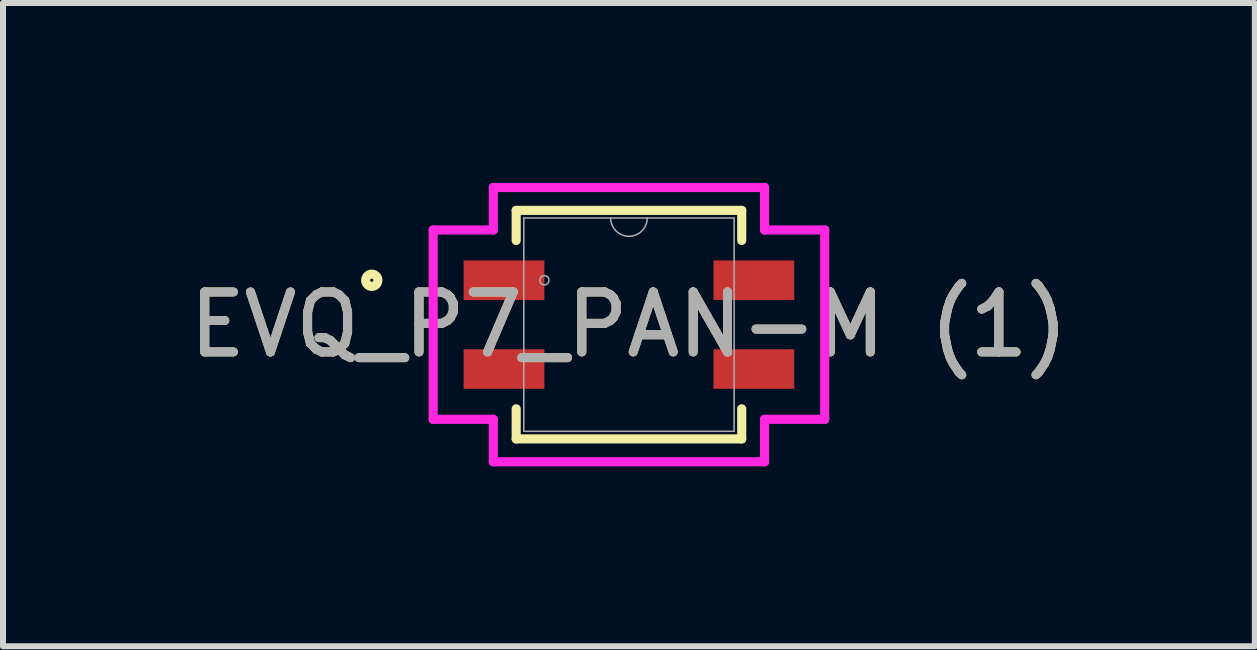
<source format=kicad_pcb>
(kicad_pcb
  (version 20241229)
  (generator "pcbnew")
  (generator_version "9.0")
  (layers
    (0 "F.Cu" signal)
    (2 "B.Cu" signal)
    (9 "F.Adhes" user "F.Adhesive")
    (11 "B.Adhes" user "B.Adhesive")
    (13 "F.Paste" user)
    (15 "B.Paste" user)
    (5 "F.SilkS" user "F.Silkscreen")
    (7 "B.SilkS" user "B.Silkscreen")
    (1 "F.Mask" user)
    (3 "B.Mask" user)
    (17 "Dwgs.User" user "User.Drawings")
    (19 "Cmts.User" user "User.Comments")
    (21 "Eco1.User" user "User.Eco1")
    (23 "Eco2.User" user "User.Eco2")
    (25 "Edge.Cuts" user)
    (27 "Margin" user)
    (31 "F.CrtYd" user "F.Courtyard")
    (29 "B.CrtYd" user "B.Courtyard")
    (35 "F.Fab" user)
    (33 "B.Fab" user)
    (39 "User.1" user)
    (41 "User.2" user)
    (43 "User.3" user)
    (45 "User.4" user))
  (footprint "EVQ_P7_PAN-M (1)"
    (layer "F.Cu")
    (at 7.435 2.362)
    (property "Reference" "EVQ_P7_PAN-M (1)" (at 0 0 0) (unlocked yes) (layer "F.SilkS") (effects (font (size 1 1) (thickness 0.15))))
    (attr smd)
    (fp_line (start -1.88 -1.905) (end -1.88 -1.403) (stroke (width 0.152) (type solid)) (layer "F.SilkS"))
    (fp_line (start -1.88 1.403) (end -1.88 1.905) (stroke (width 0.152) (type solid)) (layer "F.SilkS"))
    (fp_line (start -1.88 1.905) (end 1.88 1.905) (stroke (width 0.152) (type solid)) (layer "F.SilkS"))
    (fp_line (start 1.88 -1.905) (end -1.88 -1.905) (stroke (width 0.152) (type solid)) (layer "F.SilkS"))
    (fp_line (start 1.88 -1.403) (end 1.88 -1.905) (stroke (width 0.152) (type solid)) (layer "F.SilkS"))
    (fp_line (start 1.88 1.905) (end 1.88 1.403) (stroke (width 0.152) (type solid)) (layer "F.SilkS"))
    (fp_circle (center -4.287 -0.74) (end -4.185 -0.74) (stroke (width 0.152) (type solid)) (fill no) (layer "F.SilkS"))
    (fp_line (start -3.264 -1.578) (end -2.261 -1.578) (stroke (width 0.152) (type solid)) (layer "F.CrtYd"))
    (fp_line (start -3.264 1.578) (end -3.264 -1.578) (stroke (width 0.152) (type solid)) (layer "F.CrtYd"))
    (fp_line (start -3.264 1.578) (end -2.261 1.578) (stroke (width 0.152) (type solid)) (layer "F.CrtYd"))
    (fp_line (start -2.261 -2.286) (end 2.261 -2.286) (stroke (width 0.152) (type solid)) (layer "F.CrtYd"))
    (fp_line (start -2.261 -1.578) (end -2.261 -2.286) (stroke (width 0.152) (type solid)) (layer "F.CrtYd"))
    (fp_line (start -2.261 2.286) (end -2.261 1.578) (stroke (width 0.152) (type solid)) (layer "F.CrtYd"))
    (fp_line (start 2.261 -2.286) (end 2.261 -1.578) (stroke (width 0.152) (type solid)) (layer "F.CrtYd"))
    (fp_line (start 2.261 1.578) (end 2.261 2.286) (stroke (width 0.152) (type solid)) (layer "F.CrtYd"))
    (fp_line (start 2.261 2.286) (end -2.261 2.286) (stroke (width 0.152) (type solid)) (layer "F.CrtYd"))
    (fp_line (start 3.264 -1.578) (end 2.261 -1.578) (stroke (width 0.152) (type solid)) (layer "F.CrtYd"))
    (fp_line (start 3.264 -1.578) (end 3.264 1.578) (stroke (width 0.152) (type solid)) (layer "F.CrtYd"))
    (fp_line (start 3.264 1.578) (end 2.261 1.578) (stroke (width 0.152) (type solid)) (layer "F.CrtYd"))
    (fp_line (start -1.753 -1.778) (end -1.753 1.778) (stroke (width 0.025) (type solid)) (layer "F.Fab"))
    (fp_line (start -1.753 1.778) (end 1.753 1.778) (stroke (width 0.025) (type solid)) (layer "F.Fab"))
    (fp_line (start 1.753 -1.778) (end -1.753 -1.778) (stroke (width 0.025) (type solid)) (layer "F.Fab"))
    (fp_line (start 1.753 1.778) (end 1.753 -1.778) (stroke (width 0.025) (type solid)) (layer "F.Fab"))
    (fp_arc (start 0.3048 -1.778) (mid 0 -1.4732) (end -0.3048 -1.778) (stroke (width 0.0254) (type solid)) (layer "F.Fab"))
    (fp_circle (center -1.41 -0.74) (end -1.333 -0.74) (stroke (width 0.025) (type solid)) (fill no) (layer "F.Fab"))
    (fp_text user "${REFERENCE}" (at 0 0 0) (unlocked yes) (layer "F.Fab") (effects (font (size 1 1) (thickness 0.15))))
    (pad "1" smd rect (at -2.083 -0.74) (size 1.346 0.66) (layers "F.Cu" "F.Mask" "F.Paste"))
    (pad "1*" smd rect (at 2.083 -0.74) (size 1.346 0.66) (layers "F.Cu" "F.Mask" "F.Paste"))
    (pad "2" smd rect (at -2.083 0.74) (size 1.346 0.66) (layers "F.Cu" "F.Mask" "F.Paste"))
    (pad "2*" smd rect (at 2.083 0.74) (size 1.346 0.66) (layers "F.Cu" "F.Mask" "F.Paste")))
  (gr_rect
    (start -3 -3)
    (end 17.869 7.724)
    (stroke (width 0.1) (type default))
    (fill no)
    (layer "Edge.Cuts")))
</source>
